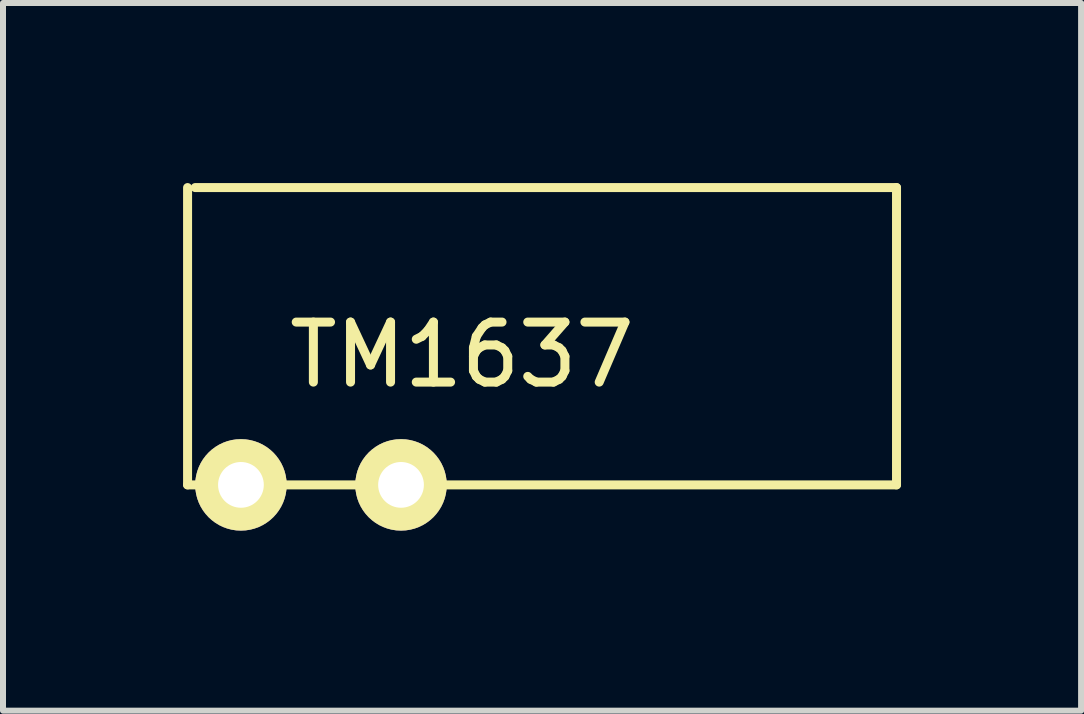
<source format=kicad_pcb>
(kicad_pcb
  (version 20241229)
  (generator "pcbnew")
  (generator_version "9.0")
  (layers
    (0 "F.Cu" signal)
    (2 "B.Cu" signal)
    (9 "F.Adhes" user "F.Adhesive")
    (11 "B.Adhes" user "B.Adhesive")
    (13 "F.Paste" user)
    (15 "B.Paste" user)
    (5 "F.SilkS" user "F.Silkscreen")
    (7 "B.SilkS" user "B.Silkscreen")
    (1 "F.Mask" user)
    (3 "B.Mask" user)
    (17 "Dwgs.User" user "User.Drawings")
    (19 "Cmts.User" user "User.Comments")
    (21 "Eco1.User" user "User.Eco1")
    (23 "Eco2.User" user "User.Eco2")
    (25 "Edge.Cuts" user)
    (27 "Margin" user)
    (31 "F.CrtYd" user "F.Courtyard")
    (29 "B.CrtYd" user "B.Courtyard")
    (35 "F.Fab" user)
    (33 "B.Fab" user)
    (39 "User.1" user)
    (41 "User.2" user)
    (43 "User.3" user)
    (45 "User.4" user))
  (footprint "TM1637"
    (layer "F.Cu")
    (at 4.647 2.361)
    (property "Reference" "TM1637" (at 0 0.5 0) (layer "F.SilkS") (effects (font (size 1 1) (thickness 0.15))))
    (attr through_hole)
    (fp_line (start -4.572 2.667) (end -4.572 -2.286) (stroke (width 0.15) (type solid)) (layer "F.SilkS"))
    (fp_line (start -4.445 -2.286) (end 7.239 -2.286) (stroke (width 0.15) (type solid)) (layer "F.SilkS"))
    (fp_line (start 7.239 -2.286) (end 7.239 2.667) (stroke (width 0.15) (type solid)) (layer "F.SilkS"))
    (fp_line (start 7.239 2.667) (end -4.572 2.667) (stroke (width 0.15) (type solid)) (layer "F.SilkS"))
    (pad "1" thru_hole circle (at -3.683 2.667) (size 1.524 1.524) (drill 0.762) (layers "*.Cu" "*.Mask" "F.SilkS"))
    (pad "2" thru_hole circle (at -1.016 2.667) (size 1.524 1.524) (drill 0.762) (layers "*.Cu" "*.Mask" "F.SilkS")))
  (gr_rect
    (start -3 -3)
    (end 14.961 8.79)
    (stroke (width 0.1) (type default))
    (fill no)
    (layer "Edge.Cuts")))
</source>
